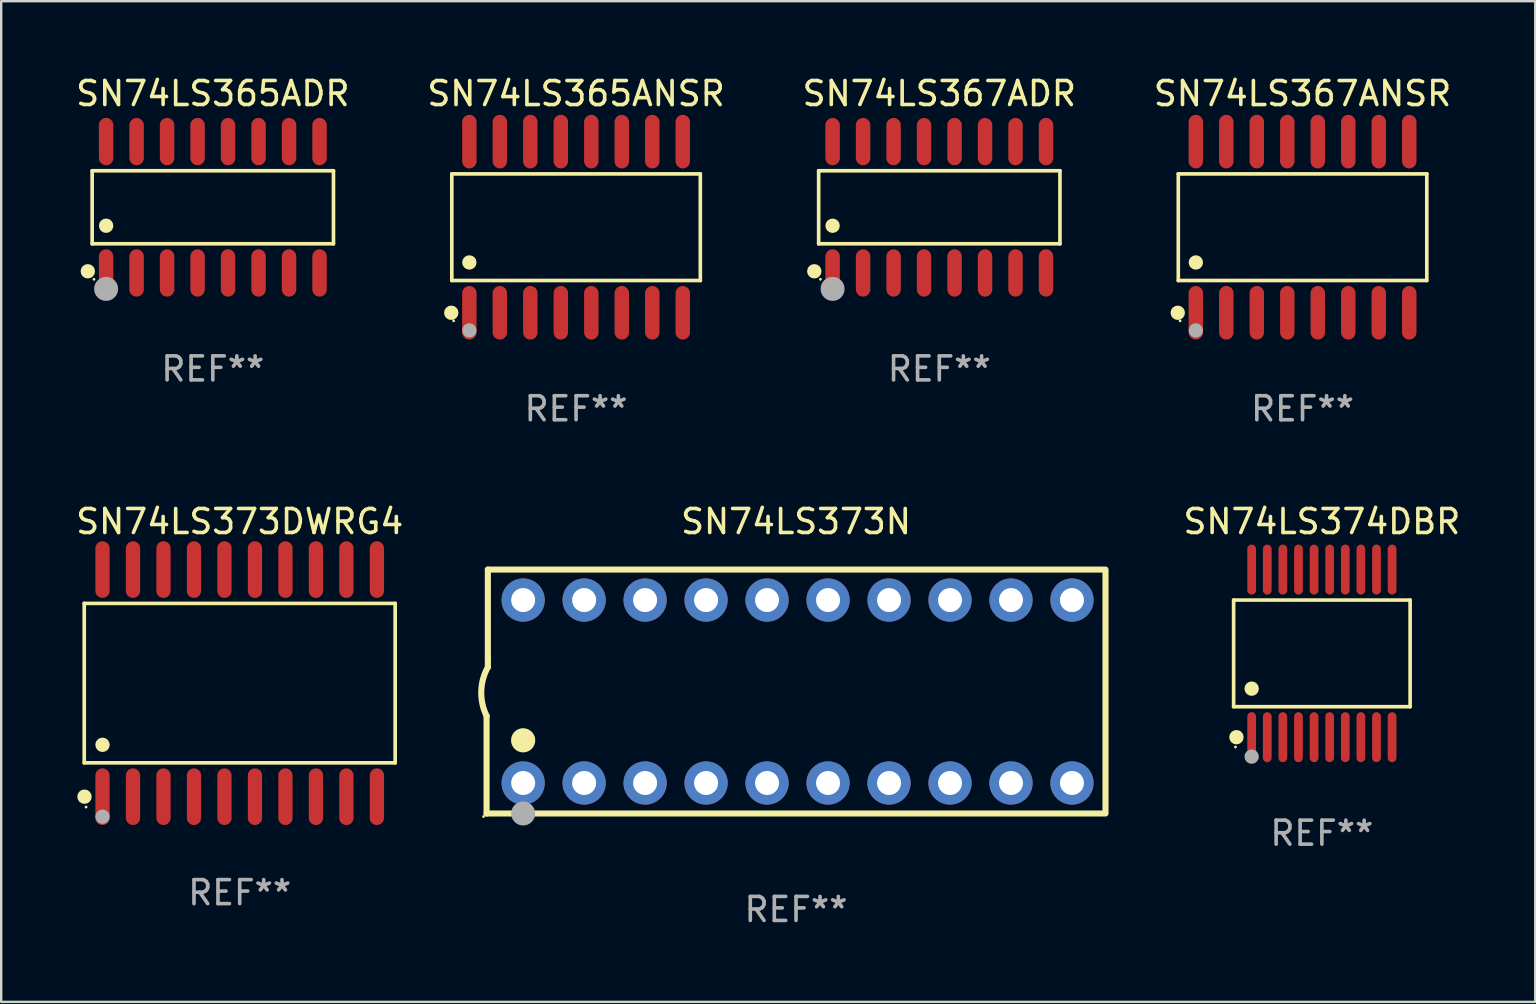
<source format=kicad_pcb>
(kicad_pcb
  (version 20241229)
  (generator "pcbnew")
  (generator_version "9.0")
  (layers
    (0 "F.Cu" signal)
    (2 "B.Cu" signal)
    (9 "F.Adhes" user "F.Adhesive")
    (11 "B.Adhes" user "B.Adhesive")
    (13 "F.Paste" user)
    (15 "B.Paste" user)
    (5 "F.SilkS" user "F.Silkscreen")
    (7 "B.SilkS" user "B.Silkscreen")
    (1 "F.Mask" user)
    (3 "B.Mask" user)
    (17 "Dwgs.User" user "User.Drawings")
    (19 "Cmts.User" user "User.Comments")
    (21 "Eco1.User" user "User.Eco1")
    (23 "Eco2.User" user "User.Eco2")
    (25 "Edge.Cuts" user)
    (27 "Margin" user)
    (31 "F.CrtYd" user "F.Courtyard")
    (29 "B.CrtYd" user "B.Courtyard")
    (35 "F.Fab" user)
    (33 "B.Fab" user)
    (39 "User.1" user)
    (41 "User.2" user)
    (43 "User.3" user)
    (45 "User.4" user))
  (footprint "SN74LS365ADR"
    (layer "F.Cu")
    (at 5.815 5.584)
    (property "Reference" "SN74LS365ADR" (at 0 -4.736 0) (layer "F.SilkS") (effects (font (size 1 1) (thickness 0.15))))
    (attr through_hole)
    (fp_line (start -5.026 -1.521) (end 5.026 -1.521) (stroke (width 0.152) (type solid)) (layer "F.SilkS"))
    (fp_line (start -5.026 1.521) (end -5.026 -1.521) (stroke (width 0.152) (type solid)) (layer "F.SilkS"))
    (fp_line (start 5.026 -1.521) (end 5.026 1.521) (stroke (width 0.152) (type solid)) (layer "F.SilkS"))
    (fp_line (start 5.026 1.521) (end -5.026 1.521) (stroke (width 0.152) (type solid)) (layer "F.SilkS"))
    (fp_circle (center -5.207 2.667) (end -5.057 2.667) (stroke (width 0.3) (type solid)) (fill no) (layer "F.SilkS"))
    (fp_circle (center -4.95 3) (end -4.92 3) (stroke (width 0.06) (type solid)) (fill no) (layer "F.SilkS"))
    (fp_circle (center -4.445 0.769) (end -4.295 0.769) (stroke (width 0.3) (type solid)) (fill no) (layer "F.SilkS"))
    (fp_circle (center -4.445 3.4) (end -4.195 3.4) (stroke (width 0.5) (type solid)) (fill no) (layer "F.Fab"))
    (fp_text user "REF**" (at 0 6.736 0) (layer "F.Fab") (effects (font (size 1 1) (thickness 0.15))))
    (pad "1" smd oval (at -4.445 2.736) (size 0.602 1.971) (layers "F.Cu" "F.Mask" "F.Paste"))
    (pad "2" smd oval (at -3.175 2.736) (size 0.602 1.971) (layers "F.Cu" "F.Mask" "F.Paste"))
    (pad "3" smd oval (at -1.905 2.736) (size 0.602 1.971) (layers "F.Cu" "F.Mask" "F.Paste"))
    (pad "4" smd oval (at -0.635 2.736) (size 0.602 1.971) (layers "F.Cu" "F.Mask" "F.Paste"))
    (pad "5" smd oval (at 0.635 2.736) (size 0.602 1.971) (layers "F.Cu" "F.Mask" "F.Paste"))
    (pad "6" smd oval (at 1.905 2.736) (size 0.602 1.971) (layers "F.Cu" "F.Mask" "F.Paste"))
    (pad "7" smd oval (at 3.175 2.736) (size 0.602 1.971) (layers "F.Cu" "F.Mask" "F.Paste"))
    (pad "8" smd oval (at 4.445 2.736) (size 0.602 1.971) (layers "F.Cu" "F.Mask" "F.Paste"))
    (pad "9" smd oval (at 4.445 -2.736) (size 0.602 1.971) (layers "F.Cu" "F.Mask" "F.Paste"))
    (pad "10" smd oval (at 3.175 -2.736) (size 0.602 1.971) (layers "F.Cu" "F.Mask" "F.Paste"))
    (pad "11" smd oval (at 1.905 -2.736) (size 0.602 1.971) (layers "F.Cu" "F.Mask" "F.Paste"))
    (pad "12" smd oval (at 0.635 -2.736) (size 0.602 1.971) (layers "F.Cu" "F.Mask" "F.Paste"))
    (pad "13" smd oval (at -0.635 -2.736) (size 0.602 1.971) (layers "F.Cu" "F.Mask" "F.Paste"))
    (pad "14" smd oval (at -1.905 -2.736) (size 0.602 1.971) (layers "F.Cu" "F.Mask" "F.Paste"))
    (pad "15" smd oval (at -3.175 -2.736) (size 0.602 1.971) (layers "F.Cu" "F.Mask" "F.Paste"))
    (pad "16" smd oval (at -4.445 -2.736) (size 0.602 1.971) (layers "F.Cu" "F.Mask" "F.Paste")))
  (footprint "SN74LS373DWRG4"
    (layer "F.Cu")
    (at 6.935 25.406)
    (property "Reference" "SN74LS373DWRG4" (at 0 -6.73 0) (layer "F.SilkS") (effects (font (size 1 1) (thickness 0.15))))
    (attr through_hole)
    (fp_line (start -6.476 -3.321) (end 6.476 -3.321) (stroke (width 0.152) (type solid)) (layer "F.SilkS"))
    (fp_line (start -6.476 3.321) (end -6.476 -3.321) (stroke (width 0.152) (type solid)) (layer "F.SilkS"))
    (fp_line (start 6.476 -3.321) (end 6.476 3.321) (stroke (width 0.152) (type solid)) (layer "F.SilkS"))
    (fp_line (start 6.476 3.321) (end -6.476 3.321) (stroke (width 0.152) (type solid)) (layer "F.SilkS"))
    (fp_circle (center -6.465 4.73) (end -6.315 4.73) (stroke (width 0.3) (type solid)) (fill no) (layer "F.SilkS"))
    (fp_circle (center -6.4 5.163) (end -6.37 5.163) (stroke (width 0.06) (type solid)) (fill no) (layer "F.SilkS"))
    (fp_circle (center -5.715 2.569) (end -5.565 2.569) (stroke (width 0.3) (type solid)) (fill no) (layer "F.SilkS"))
    (fp_circle (center -5.715 5.563) (end -5.565 5.563) (stroke (width 0.3) (type solid)) (fill no) (layer "F.Fab"))
    (fp_text user "REF**" (at 0 8.73 0) (layer "F.Fab") (effects (font (size 1 1) (thickness 0.15))))
    (pad "1" smd oval (at -5.715 4.73) (size 0.595 2.36) (layers "F.Cu" "F.Mask" "F.Paste"))
    (pad "2" smd oval (at -4.445 4.73) (size 0.595 2.36) (layers "F.Cu" "F.Mask" "F.Paste"))
    (pad "3" smd oval (at -3.175 4.73) (size 0.595 2.36) (layers "F.Cu" "F.Mask" "F.Paste"))
    (pad "4" smd oval (at -1.905 4.73) (size 0.595 2.36) (layers "F.Cu" "F.Mask" "F.Paste"))
    (pad "5" smd oval (at -0.635 4.73) (size 0.595 2.36) (layers "F.Cu" "F.Mask" "F.Paste"))
    (pad "6" smd oval (at 0.635 4.73) (size 0.595 2.36) (layers "F.Cu" "F.Mask" "F.Paste"))
    (pad "7" smd oval (at 1.905 4.73) (size 0.595 2.36) (layers "F.Cu" "F.Mask" "F.Paste"))
    (pad "8" smd oval (at 3.175 4.73) (size 0.595 2.36) (layers "F.Cu" "F.Mask" "F.Paste"))
    (pad "9" smd oval (at 4.445 4.73) (size 0.595 2.36) (layers "F.Cu" "F.Mask" "F.Paste"))
    (pad "10" smd oval (at 5.715 4.73) (size 0.595 2.36) (layers "F.Cu" "F.Mask" "F.Paste"))
    (pad "11" smd oval (at 5.715 -4.73) (size 0.595 2.36) (layers "F.Cu" "F.Mask" "F.Paste"))
    (pad "12" smd oval (at 4.445 -4.73) (size 0.595 2.36) (layers "F.Cu" "F.Mask" "F.Paste"))
    (pad "13" smd oval (at 3.175 -4.73) (size 0.595 2.36) (layers "F.Cu" "F.Mask" "F.Paste"))
    (pad "14" smd oval (at 1.905 -4.73) (size 0.595 2.36) (layers "F.Cu" "F.Mask" "F.Paste"))
    (pad "15" smd oval (at 0.635 -4.73) (size 0.595 2.36) (layers "F.Cu" "F.Mask" "F.Paste"))
    (pad "16" smd oval (at -0.635 -4.73) (size 0.595 2.36) (layers "F.Cu" "F.Mask" "F.Paste"))
    (pad "17" smd oval (at -1.905 -4.73) (size 0.595 2.36) (layers "F.Cu" "F.Mask" "F.Paste"))
    (pad "18" smd oval (at -3.175 -4.73) (size 0.595 2.36) (layers "F.Cu" "F.Mask" "F.Paste"))
    (pad "19" smd oval (at -4.445 -4.73) (size 0.595 2.36) (layers "F.Cu" "F.Mask" "F.Paste"))
    (pad "20" smd oval (at -5.715 -4.73) (size 0.595 2.36) (layers "F.Cu" "F.Mask" "F.Paste")))
  (footprint "SN74LS374DBR"
    (layer "F.Cu")
    (at 52.013 24.167)
    (property "Reference" "SN74LS374DBR" (at 0 -5.491 0) (layer "F.SilkS") (effects (font (size 1 1) (thickness 0.15))))
    (attr through_hole)
    (fp_line (start -3.676 -2.221) (end 3.676 -2.221) (stroke (width 0.152) (type solid)) (layer "F.SilkS"))
    (fp_line (start -3.676 2.221) (end -3.676 -2.221) (stroke (width 0.152) (type solid)) (layer "F.SilkS"))
    (fp_line (start 3.676 -2.221) (end 3.676 2.221) (stroke (width 0.152) (type solid)) (layer "F.SilkS"))
    (fp_line (start 3.676 2.221) (end -3.676 2.221) (stroke (width 0.152) (type solid)) (layer "F.SilkS"))
    (fp_circle (center -3.6 3.9) (end -3.57 3.9) (stroke (width 0.06) (type solid)) (fill no) (layer "F.SilkS"))
    (fp_circle (center -3.559 3.491) (end -3.409 3.491) (stroke (width 0.3) (type solid)) (fill no) (layer "F.SilkS"))
    (fp_circle (center -2.925 1.469) (end -2.775 1.469) (stroke (width 0.3) (type solid)) (fill no) (layer "F.SilkS"))
    (fp_circle (center -2.925 4.3) (end -2.775 4.3) (stroke (width 0.3) (type solid)) (fill no) (layer "F.Fab"))
    (fp_text user "REF**" (at 0 7.491 0) (layer "F.Fab") (effects (font (size 1 1) (thickness 0.15))))
    (pad "1" smd oval (at -2.925 3.491) (size 0.364 2.082) (layers "F.Cu" "F.Mask" "F.Paste"))
    (pad "2" smd oval (at -2.275 3.491) (size 0.364 2.082) (layers "F.Cu" "F.Mask" "F.Paste"))
    (pad "3" smd oval (at -1.625 3.491) (size 0.364 2.082) (layers "F.Cu" "F.Mask" "F.Paste"))
    (pad "4" smd oval (at -0.975 3.491) (size 0.364 2.082) (layers "F.Cu" "F.Mask" "F.Paste"))
    (pad "5" smd oval (at -0.325 3.491) (size 0.364 2.082) (layers "F.Cu" "F.Mask" "F.Paste"))
    (pad "6" smd oval (at 0.325 3.491) (size 0.364 2.082) (layers "F.Cu" "F.Mask" "F.Paste"))
    (pad "7" smd oval (at 0.975 3.491) (size 0.364 2.082) (layers "F.Cu" "F.Mask" "F.Paste"))
    (pad "8" smd oval (at 1.625 3.491) (size 0.364 2.082) (layers "F.Cu" "F.Mask" "F.Paste"))
    (pad "9" smd oval (at 2.275 3.491) (size 0.364 2.082) (layers "F.Cu" "F.Mask" "F.Paste"))
    (pad "10" smd oval (at 2.925 3.491) (size 0.364 2.082) (layers "F.Cu" "F.Mask" "F.Paste"))
    (pad "11" smd oval (at 2.925 -3.491) (size 0.364 2.082) (layers "F.Cu" "F.Mask" "F.Paste"))
    (pad "12" smd oval (at 2.275 -3.491) (size 0.364 2.082) (layers "F.Cu" "F.Mask" "F.Paste"))
    (pad "13" smd oval (at 1.625 -3.491) (size 0.364 2.082) (layers "F.Cu" "F.Mask" "F.Paste"))
    (pad "14" smd oval (at 0.975 -3.491) (size 0.364 2.082) (layers "F.Cu" "F.Mask" "F.Paste"))
    (pad "15" smd oval (at 0.325 -3.491) (size 0.364 2.082) (layers "F.Cu" "F.Mask" "F.Paste"))
    (pad "16" smd oval (at -0.325 -3.491) (size 0.364 2.082) (layers "F.Cu" "F.Mask" "F.Paste"))
    (pad "17" smd oval (at -0.975 -3.491) (size 0.364 2.082) (layers "F.Cu" "F.Mask" "F.Paste"))
    (pad "18" smd oval (at -1.625 -3.491) (size 0.364 2.082) (layers "F.Cu" "F.Mask" "F.Paste"))
    (pad "19" smd oval (at -2.275 -3.491) (size 0.364 2.082) (layers "F.Cu" "F.Mask" "F.Paste"))
    (pad "20" smd oval (at -2.925 -3.491) (size 0.364 2.082) (layers "F.Cu" "F.Mask" "F.Paste")))
  (footprint "SN74LS365ANSR"
    (layer "F.Cu")
    (at 20.946 6.414)
    (property "Reference" "SN74LS365ANSR" (at 0 -5.565 0) (layer "F.SilkS") (effects (font (size 1 1) (thickness 0.15))))
    (attr through_hole)
    (fp_line (start -5.176 -2.221) (end 5.176 -2.221) (stroke (width 0.152) (type solid)) (layer "F.SilkS"))
    (fp_line (start -5.176 2.221) (end -5.176 -2.221) (stroke (width 0.152) (type solid)) (layer "F.SilkS"))
    (fp_line (start 5.176 -2.221) (end 5.176 2.221) (stroke (width 0.152) (type solid)) (layer "F.SilkS"))
    (fp_line (start 5.176 2.221) (end -5.176 2.221) (stroke (width 0.152) (type solid)) (layer "F.SilkS"))
    (fp_circle (center -5.198 3.565) (end -5.048 3.565) (stroke (width 0.3) (type solid)) (fill no) (layer "F.SilkS"))
    (fp_circle (center -5.1 3.9) (end -5.07 3.9) (stroke (width 0.06) (type solid)) (fill no) (layer "F.SilkS"))
    (fp_circle (center -4.445 1.469) (end -4.295 1.469) (stroke (width 0.3) (type solid)) (fill no) (layer "F.SilkS"))
    (fp_circle (center -4.445 4.3) (end -4.295 4.3) (stroke (width 0.3) (type solid)) (fill no) (layer "F.Fab"))
    (fp_text user "REF**" (at 0 7.565 0) (layer "F.Fab") (effects (font (size 1 1) (thickness 0.15))))
    (pad "1" smd oval (at -4.445 3.565) (size 0.602 2.231) (layers "F.Cu" "F.Mask" "F.Paste"))
    (pad "2" smd oval (at -3.175 3.565) (size 0.602 2.231) (layers "F.Cu" "F.Mask" "F.Paste"))
    (pad "3" smd oval (at -1.905 3.565) (size 0.602 2.231) (layers "F.Cu" "F.Mask" "F.Paste"))
    (pad "4" smd oval (at -0.635 3.565) (size 0.602 2.231) (layers "F.Cu" "F.Mask" "F.Paste"))
    (pad "5" smd oval (at 0.635 3.565) (size 0.602 2.231) (layers "F.Cu" "F.Mask" "F.Paste"))
    (pad "6" smd oval (at 1.905 3.565) (size 0.602 2.231) (layers "F.Cu" "F.Mask" "F.Paste"))
    (pad "7" smd oval (at 3.175 3.565) (size 0.602 2.231) (layers "F.Cu" "F.Mask" "F.Paste"))
    (pad "8" smd oval (at 4.445 3.565) (size 0.602 2.231) (layers "F.Cu" "F.Mask" "F.Paste"))
    (pad "9" smd oval (at 4.445 -3.565) (size 0.602 2.231) (layers "F.Cu" "F.Mask" "F.Paste"))
    (pad "10" smd oval (at 3.175 -3.565) (size 0.602 2.231) (layers "F.Cu" "F.Mask" "F.Paste"))
    (pad "11" smd oval (at 1.905 -3.565) (size 0.602 2.231) (layers "F.Cu" "F.Mask" "F.Paste"))
    (pad "12" smd oval (at 0.635 -3.565) (size 0.602 2.231) (layers "F.Cu" "F.Mask" "F.Paste"))
    (pad "13" smd oval (at -0.635 -3.565) (size 0.602 2.231) (layers "F.Cu" "F.Mask" "F.Paste"))
    (pad "14" smd oval (at -1.905 -3.565) (size 0.602 2.231) (layers "F.Cu" "F.Mask" "F.Paste"))
    (pad "15" smd oval (at -3.175 -3.565) (size 0.602 2.231) (layers "F.Cu" "F.Mask" "F.Paste"))
    (pad "16" smd oval (at -4.445 -3.565) (size 0.602 2.231) (layers "F.Cu" "F.Mask" "F.Paste")))
  (footprint "SN74LS373N"
    (layer "F.Cu")
    (at 30.109 25.756)
    (property "Reference" "SN74LS373N" (at 0 -7.08 0) (layer "F.SilkS") (effects (font (size 1 1) (thickness 0.15))))
    (attr through_hole)
    (fp_line (start -12.891 5.08) (end -12.891 1.016) (stroke (width 0.254) (type solid)) (layer "F.SilkS"))
    (fp_line (start -12.891 5.08) (end 12.891 5.08) (stroke (width 0.254) (type solid)) (layer "F.SilkS"))
    (fp_line (start -12.837 -5.08) (end -12.837 -1.397) (stroke (width 0.254) (type solid)) (layer "F.SilkS"))
    (fp_line (start -12.837 -5.08) (end 12.891 -5.08) (stroke (width 0.254) (type solid)) (layer "F.SilkS"))
    (fp_line (start -12.837 -1.397) (end -12.837 -1.016) (stroke (width 0.254) (type solid)) (layer "F.SilkS"))
    (fp_line (start 12.891 -5) (end 12.891 5) (stroke (width 0.254) (type solid)) (layer "F.SilkS"))
    (fp_arc (start -12.890526 1.016002) (mid -13.111945 -0.006602) (end -12.836525 -1.016002) (stroke (width 0.254001) (type solid)) (layer "F.SilkS"))
    (fp_circle (center -13.018 5.207) (end -12.988 5.207) (stroke (width 0.06) (type solid)) (fill no) (layer "F.SilkS"))
    (fp_circle (center -11.367 2.032) (end -11.113 2.032) (stroke (width 0.5) (type solid)) (fill no) (layer "F.SilkS"))
    (fp_circle (center -11.367 5.08) (end -11.117 5.08) (stroke (width 0.5) (type solid)) (fill no) (layer "F.Fab"))
    (fp_text user "REF**" (at 0 9.08 0) (layer "F.Fab") (effects (font (size 1 1) (thickness 0.15))))
    (pad "1" thru_hole circle (at -11.367 3.81) (size 1.8 1.8) (drill 1) (layers "*.Cu" "*.Mask"))
    (pad "2" thru_hole circle (at -8.827 3.81) (size 1.8 1.8) (drill 1) (layers "*.Cu" "*.Mask"))
    (pad "3" thru_hole circle (at -6.287 3.81) (size 1.8 1.8) (drill 1) (layers "*.Cu" "*.Mask"))
    (pad "4" thru_hole circle (at -3.747 3.81) (size 1.8 1.8) (drill 1) (layers "*.Cu" "*.Mask"))
    (pad "5" thru_hole circle (at -1.207 3.81) (size 1.8 1.8) (drill 1) (layers "*.Cu" "*.Mask"))
    (pad "6" thru_hole circle (at 1.334 3.81) (size 1.8 1.8) (drill 1) (layers "*.Cu" "*.Mask"))
    (pad "7" thru_hole circle (at 3.874 3.81) (size 1.8 1.8) (drill 1) (layers "*.Cu" "*.Mask"))
    (pad "8" thru_hole circle (at 6.414 3.81) (size 1.8 1.8) (drill 1) (layers "*.Cu" "*.Mask"))
    (pad "9" thru_hole circle (at 8.954 3.81) (size 1.8 1.8) (drill 1) (layers "*.Cu" "*.Mask"))
    (pad "10" thru_hole circle (at 11.494 3.81) (size 1.8 1.8) (drill 1) (layers "*.Cu" "*.Mask"))
    (pad "11" thru_hole circle (at 11.494 -3.81) (size 1.8 1.8) (drill 1) (layers "*.Cu" "*.Mask"))
    (pad "12" thru_hole circle (at 8.954 -3.81) (size 1.8 1.8) (drill 1) (layers "*.Cu" "*.Mask"))
    (pad "13" thru_hole circle (at 6.414 -3.81) (size 1.8 1.8) (drill 1) (layers "*.Cu" "*.Mask"))
    (pad "14" thru_hole circle (at 3.874 -3.81) (size 1.8 1.8) (drill 1) (layers "*.Cu" "*.Mask"))
    (pad "15" thru_hole circle (at 1.334 -3.81) (size 1.8 1.8) (drill 1) (layers "*.Cu" "*.Mask"))
    (pad "16" thru_hole circle (at -1.207 -3.81) (size 1.8 1.8) (drill 1) (layers "*.Cu" "*.Mask"))
    (pad "17" thru_hole circle (at -3.747 -3.81) (size 1.8 1.8) (drill 1) (layers "*.Cu" "*.Mask"))
    (pad "18" thru_hole circle (at -6.287 -3.81) (size 1.8 1.8) (drill 1) (layers "*.Cu" "*.Mask"))
    (pad "19" thru_hole circle (at -8.827 -3.81) (size 1.8 1.8) (drill 1) (layers "*.Cu" "*.Mask"))
    (pad "20" thru_hole circle (at -11.367 -3.81) (size 1.8 1.8) (drill 1) (layers "*.Cu" "*.Mask")))
  (footprint "SN74LS367ANSR"
    (layer "F.Cu")
    (at 51.208 6.414)
    (property "Reference" "SN74LS367ANSR" (at 0 -5.565 0) (layer "F.SilkS") (effects (font (size 1 1) (thickness 0.15))))
    (attr through_hole)
    (fp_line (start -5.176 -2.221) (end 5.176 -2.221) (stroke (width 0.152) (type solid)) (layer "F.SilkS"))
    (fp_line (start -5.176 2.221) (end -5.176 -2.221) (stroke (width 0.152) (type solid)) (layer "F.SilkS"))
    (fp_line (start 5.176 -2.221) (end 5.176 2.221) (stroke (width 0.152) (type solid)) (layer "F.SilkS"))
    (fp_line (start 5.176 2.221) (end -5.176 2.221) (stroke (width 0.152) (type solid)) (layer "F.SilkS"))
    (fp_circle (center -5.198 3.565) (end -5.048 3.565) (stroke (width 0.3) (type solid)) (fill no) (layer "F.SilkS"))
    (fp_circle (center -5.1 3.9) (end -5.07 3.9) (stroke (width 0.06) (type solid)) (fill no) (layer "F.SilkS"))
    (fp_circle (center -4.445 1.469) (end -4.295 1.469) (stroke (width 0.3) (type solid)) (fill no) (layer "F.SilkS"))
    (fp_circle (center -4.445 4.3) (end -4.295 4.3) (stroke (width 0.3) (type solid)) (fill no) (layer "F.Fab"))
    (fp_text user "REF**" (at 0 7.565 0) (layer "F.Fab") (effects (font (size 1 1) (thickness 0.15))))
    (pad "1" smd oval (at -4.445 3.565) (size 0.602 2.231) (layers "F.Cu" "F.Mask" "F.Paste"))
    (pad "2" smd oval (at -3.175 3.565) (size 0.602 2.231) (layers "F.Cu" "F.Mask" "F.Paste"))
    (pad "3" smd oval (at -1.905 3.565) (size 0.602 2.231) (layers "F.Cu" "F.Mask" "F.Paste"))
    (pad "4" smd oval (at -0.635 3.565) (size 0.602 2.231) (layers "F.Cu" "F.Mask" "F.Paste"))
    (pad "5" smd oval (at 0.635 3.565) (size 0.602 2.231) (layers "F.Cu" "F.Mask" "F.Paste"))
    (pad "6" smd oval (at 1.905 3.565) (size 0.602 2.231) (layers "F.Cu" "F.Mask" "F.Paste"))
    (pad "7" smd oval (at 3.175 3.565) (size 0.602 2.231) (layers "F.Cu" "F.Mask" "F.Paste"))
    (pad "8" smd oval (at 4.445 3.565) (size 0.602 2.231) (layers "F.Cu" "F.Mask" "F.Paste"))
    (pad "9" smd oval (at 4.445 -3.565) (size 0.602 2.231) (layers "F.Cu" "F.Mask" "F.Paste"))
    (pad "10" smd oval (at 3.175 -3.565) (size 0.602 2.231) (layers "F.Cu" "F.Mask" "F.Paste"))
    (pad "11" smd oval (at 1.905 -3.565) (size 0.602 2.231) (layers "F.Cu" "F.Mask" "F.Paste"))
    (pad "12" smd oval (at 0.635 -3.565) (size 0.602 2.231) (layers "F.Cu" "F.Mask" "F.Paste"))
    (pad "13" smd oval (at -0.635 -3.565) (size 0.602 2.231) (layers "F.Cu" "F.Mask" "F.Paste"))
    (pad "14" smd oval (at -1.905 -3.565) (size 0.602 2.231) (layers "F.Cu" "F.Mask" "F.Paste"))
    (pad "15" smd oval (at -3.175 -3.565) (size 0.602 2.231) (layers "F.Cu" "F.Mask" "F.Paste"))
    (pad "16" smd oval (at -4.445 -3.565) (size 0.602 2.231) (layers "F.Cu" "F.Mask" "F.Paste")))
  (footprint "SN74LS367ADR"
    (layer "F.Cu")
    (at 36.077 5.584)
    (property "Reference" "SN74LS367ADR" (at 0 -4.736 0) (layer "F.SilkS") (effects (font (size 1 1) (thickness 0.15))))
    (attr through_hole)
    (fp_line (start -5.026 -1.521) (end 5.026 -1.521) (stroke (width 0.152) (type solid)) (layer "F.SilkS"))
    (fp_line (start -5.026 1.521) (end -5.026 -1.521) (stroke (width 0.152) (type solid)) (layer "F.SilkS"))
    (fp_line (start 5.026 -1.521) (end 5.026 1.521) (stroke (width 0.152) (type solid)) (layer "F.SilkS"))
    (fp_line (start 5.026 1.521) (end -5.026 1.521) (stroke (width 0.152) (type solid)) (layer "F.SilkS"))
    (fp_circle (center -5.207 2.667) (end -5.057 2.667) (stroke (width 0.3) (type solid)) (fill no) (layer "F.SilkS"))
    (fp_circle (center -4.95 3) (end -4.92 3) (stroke (width 0.06) (type solid)) (fill no) (layer "F.SilkS"))
    (fp_circle (center -4.445 0.769) (end -4.295 0.769) (stroke (width 0.3) (type solid)) (fill no) (layer "F.SilkS"))
    (fp_circle (center -4.445 3.4) (end -4.195 3.4) (stroke (width 0.5) (type solid)) (fill no) (layer "F.Fab"))
    (fp_text user "REF**" (at 0 6.736 0) (layer "F.Fab") (effects (font (size 1 1) (thickness 0.15))))
    (pad "1" smd oval (at -4.445 2.736) (size 0.602 1.971) (layers "F.Cu" "F.Mask" "F.Paste"))
    (pad "2" smd oval (at -3.175 2.736) (size 0.602 1.971) (layers "F.Cu" "F.Mask" "F.Paste"))
    (pad "3" smd oval (at -1.905 2.736) (size 0.602 1.971) (layers "F.Cu" "F.Mask" "F.Paste"))
    (pad "4" smd oval (at -0.635 2.736) (size 0.602 1.971) (layers "F.Cu" "F.Mask" "F.Paste"))
    (pad "5" smd oval (at 0.635 2.736) (size 0.602 1.971) (layers "F.Cu" "F.Mask" "F.Paste"))
    (pad "6" smd oval (at 1.905 2.736) (size 0.602 1.971) (layers "F.Cu" "F.Mask" "F.Paste"))
    (pad "7" smd oval (at 3.175 2.736) (size 0.602 1.971) (layers "F.Cu" "F.Mask" "F.Paste"))
    (pad "8" smd oval (at 4.445 2.736) (size 0.602 1.971) (layers "F.Cu" "F.Mask" "F.Paste"))
    (pad "9" smd oval (at 4.445 -2.736) (size 0.602 1.971) (layers "F.Cu" "F.Mask" "F.Paste"))
    (pad "10" smd oval (at 3.175 -2.736) (size 0.602 1.971) (layers "F.Cu" "F.Mask" "F.Paste"))
    (pad "11" smd oval (at 1.905 -2.736) (size 0.602 1.971) (layers "F.Cu" "F.Mask" "F.Paste"))
    (pad "12" smd oval (at 0.635 -2.736) (size 0.602 1.971) (layers "F.Cu" "F.Mask" "F.Paste"))
    (pad "13" smd oval (at -0.635 -2.736) (size 0.602 1.971) (layers "F.Cu" "F.Mask" "F.Paste"))
    (pad "14" smd oval (at -1.905 -2.736) (size 0.602 1.971) (layers "F.Cu" "F.Mask" "F.Paste"))
    (pad "15" smd oval (at -3.175 -2.736) (size 0.602 1.971) (layers "F.Cu" "F.Mask" "F.Paste"))
    (pad "16" smd oval (at -4.445 -2.736) (size 0.602 1.971) (layers "F.Cu" "F.Mask" "F.Paste")))
  (gr_rect
    (start -3 -3)
    (end 60.9 38.684)
    (stroke (width 0.1) (type default))
    (fill no)
    (layer "Edge.Cuts")))
</source>
